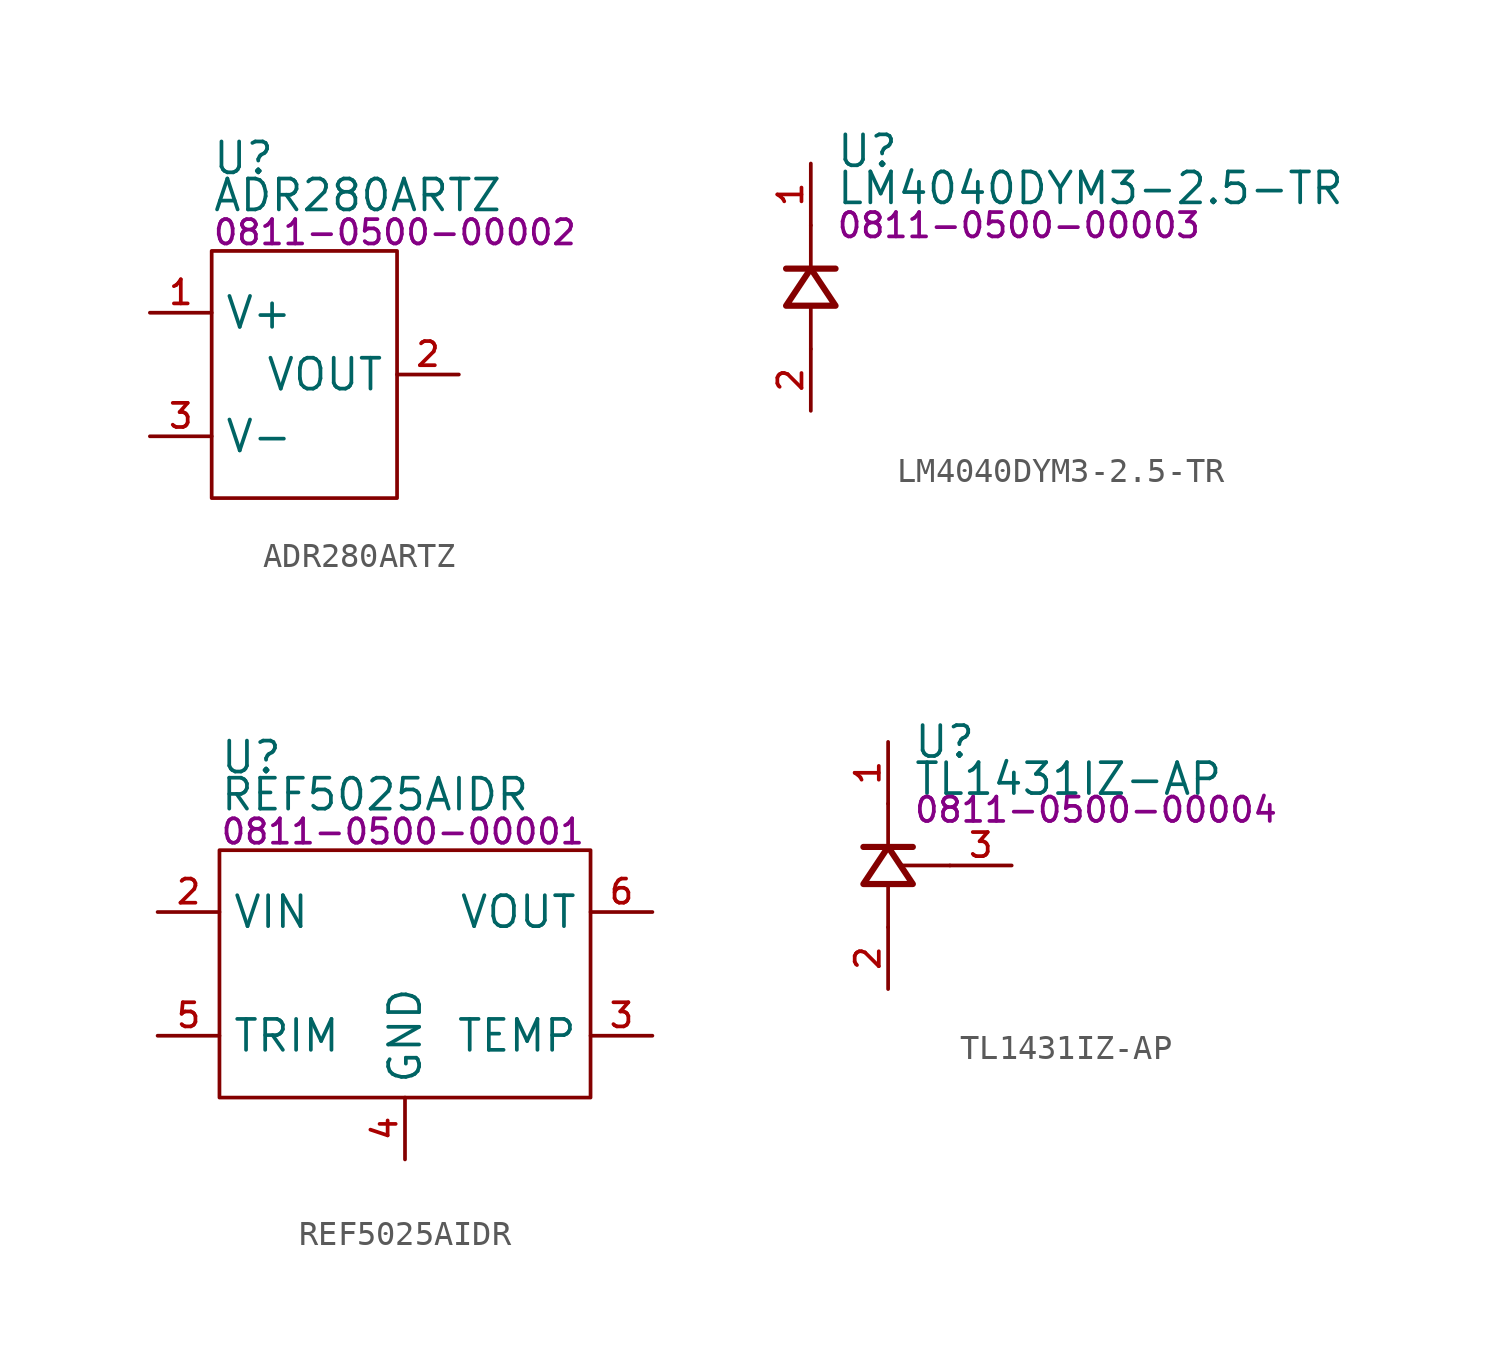
<source format=kicad_sym>
(kicad_symbol_lib
  (version 20231120)
  (generator "kicad_symbol_editor")
  (generator_version "8.0")
  (symbol "ADR280ARTZ"
    (property "Reference" "U"
      (at 0 3.81 0)
      (effects (font (size 1.27 1.27)) (justify left)))
    (property "Value" "ADR280ARTZ"
      (at 0 2.286 0)
      (effects (font (size 1.27 1.27)) (justify left)))
    (property "PartNumber" "0811-0500-00002"
      (at 0 0.762 0)
      (effects (font (size 1 1)) (justify left)))
    (symbol "ADR280ARTZ_0_0"
      (pin power_in line (at -2.54 -2.54 0) (length 2.54) (name "V+" (effects (font (size 1.27 1.27)))) (number "1" (effects (font (size 0.991 0.991)))))
      (pin output line (at 10.16 -5.08 180) (length 2.54) (name "VOUT" (effects (font (size 1.27 1.27)))) (number "2" (effects (font (size 0.991 0.991)))))
      (pin power_in line (at -2.54 -7.62 0) (length 2.54) (name "V-" (effects (font (size 1.27 1.27)))) (number "3" (effects (font (size 0.991 0.991))))))
    (symbol "ADR280ARTZ_0_1"
      (rectangle (start 0 0) (end 7.62 -10.16) (stroke (width 0) (type default)) (fill (type none)))))
  (symbol "LM4040DYM3-2.5-TR"
    (pin_names hide)
    (property "Reference" "U"
      (at 1.016 5.588 0)
      (effects (font (size 1.27 1.27)) (justify left)))
    (property "Value" "LM4040DYM3-2.5-TR"
      (at 1.016 4.064 0)
      (effects (font (size 1.27 1.27)) (justify left)))
    (property "PartNumber" "0811-0500-00003"
      (at 1.016 2.54 0)
      (effects (font (size 1 1)) (justify left)))
    (symbol "LM4040DYM3-2.5-TR_0_0"
      (pin input line (at 0 5.08 270) (length 2.54) (name "A" (effects (font (size 1.27 1.27)))) (number "1" (effects (font (size 0.991 0.991)))))
      (pin output line (at 0 -5.08 90) (length 2.54) (name "C" (effects (font (size 1.27 1.27)))) (number "2" (effects (font (size 0.991 0.991)))))
      (pin no_connect line (at 2.54 0 180) (length 2.54) hide (name "NC" (effects (font (size 1.27 1.27)))) (number "3" (effects (font (size 0.991 0.991))))))
    (symbol "LM4040DYM3-2.5-TR_0_1"
      (polyline (pts (xy -1.016 0.762) (xy 1.016 0.762)) (stroke (width 0.254) (type default)) (fill (type none)))
      (polyline (pts (xy 0 -2.54) (xy 0 -0.762)) (stroke (width 0) (type default)) (fill (type none)))
      (polyline (pts (xy 0 0.762) (xy 0 2.54)) (stroke (width 0) (type default)) (fill (type none)))
      (polyline (pts (xy -1.016 -0.762) (xy 0 0.762) (xy 1.016 -0.762) (xy -1.016 -0.762)) (stroke (width 0.254) (type default)) (fill (type none)))))
  (symbol "REF5025AIDR"
    (property "Reference" "U"
      (at 0 3.81 0)
      (effects (font (size 1.27 1.27)) (justify left)))
    (property "Value" "REF5025AIDR"
      (at 0 2.286 0)
      (effects (font (size 1.27 1.27)) (justify left)))
    (property "PartNumber" "0811-0500-00001"
      (at 0 0.762 0)
      (effects (font (size 1 1)) (justify left)))
    (symbol "REF5025AIDR_0_0"
      (pin no_connect line (at 5.08 -2.54 0) (length 2.54) hide (name "NC" (effects (font (size 1.27 1.27)))) (number "1" (effects (font (size 0.991 0.991)))))
      (pin input line (at -2.54 -2.54 0) (length 2.54) (name "VIN" (effects (font (size 1.27 1.27)))) (number "2" (effects (font (size 0.991 0.991)))))
      (pin input line (at 17.78 -7.62 180) (length 2.54) (name "TEMP" (effects (font (size 1.27 1.27)))) (number "3" (effects (font (size 0.991 0.991)))))
      (pin power_in line (at 7.62 -12.7 90) (length 2.54) (name "GND" (effects (font (size 1.27 1.27)))) (number "4" (effects (font (size 0.991 0.991)))))
      (pin input line (at -2.54 -7.62 0) (length 2.54) (name "TRIM" (effects (font (size 1.27 1.27)))) (number "5" (effects (font (size 0.991 0.991)))))
      (pin output line (at 17.78 -2.54 180) (length 2.54) (name "VOUT" (effects (font (size 1.27 1.27)))) (number "6" (effects (font (size 0.991 0.991)))))
      (pin no_connect line (at 5.08 -3.81 0) (length 2.54) hide (name "NC" (effects (font (size 1.27 1.27)))) (number "7" (effects (font (size 0.991 0.991)))))
      (pin no_connect line (at 5.08 -5.08 0) (length 2.54) hide (name "NC" (effects (font (size 1.27 1.27)))) (number "8" (effects (font (size 0.991 0.991))))))
    (symbol "REF5025AIDR_0_1"
      (rectangle (start 0 0) (end 15.24 -10.16) (stroke (width 0) (type default)) (fill (type none)))))
  (symbol "TL1431IZ-AP"
    (pin_names hide)
    (property "Reference" "U"
      (at 1.016 5.08 0)
      (effects (font (size 1.27 1.27)) (justify left)))
    (property "Value" "TL1431IZ-AP"
      (at 1.016 3.556 0)
      (effects (font (size 1.27 1.27)) (justify left)))
    (property "PartNumber" "0811-0500-00004"
      (at 1.016 2.286 0)
      (effects (font (size 1 1)) (justify left)))
    (symbol "TL1431IZ-AP_0_0"
      (pin input line (at 0 5.08 270) (length 2.54) (name "C" (effects (font (size 1.27 1.27)))) (number "1" (effects (font (size 0.991 0.991)))))
      (pin power_in line (at 0 -5.08 90) (length 2.54) (name "A" (effects (font (size 1.27 1.27)))) (number "2" (effects (font (size 0.991 0.991)))))
      (pin bidirectional line (at 5.08 0 180) (length 2.54) (name "REF" (effects (font (size 1.27 1.27)))) (number "3" (effects (font (size 0.991 0.991))))))
    (symbol "TL1431IZ-AP_0_1"
      (polyline (pts (xy -1.016 0.762) (xy 1.016 0.762)) (stroke (width 0.254) (type default)) (fill (type none)))
      (polyline (pts (xy 0 -0.762) (xy 0 -2.54)) (stroke (width 0) (type default)) (fill (type none)))
      (polyline (pts (xy 0 0.762) (xy 0 2.54)) (stroke (width 0) (type default)) (fill (type none)))
      (polyline (pts (xy 0.508 0) (xy 2.54 0)) (stroke (width 0) (type default)) (fill (type none)))
      (polyline (pts (xy -1.016 -0.762) (xy 0 0.762) (xy 1.016 -0.762) (xy -1.016 -0.762)) (stroke (width 0.254) (type default)) (fill (type none))))))
</source>
